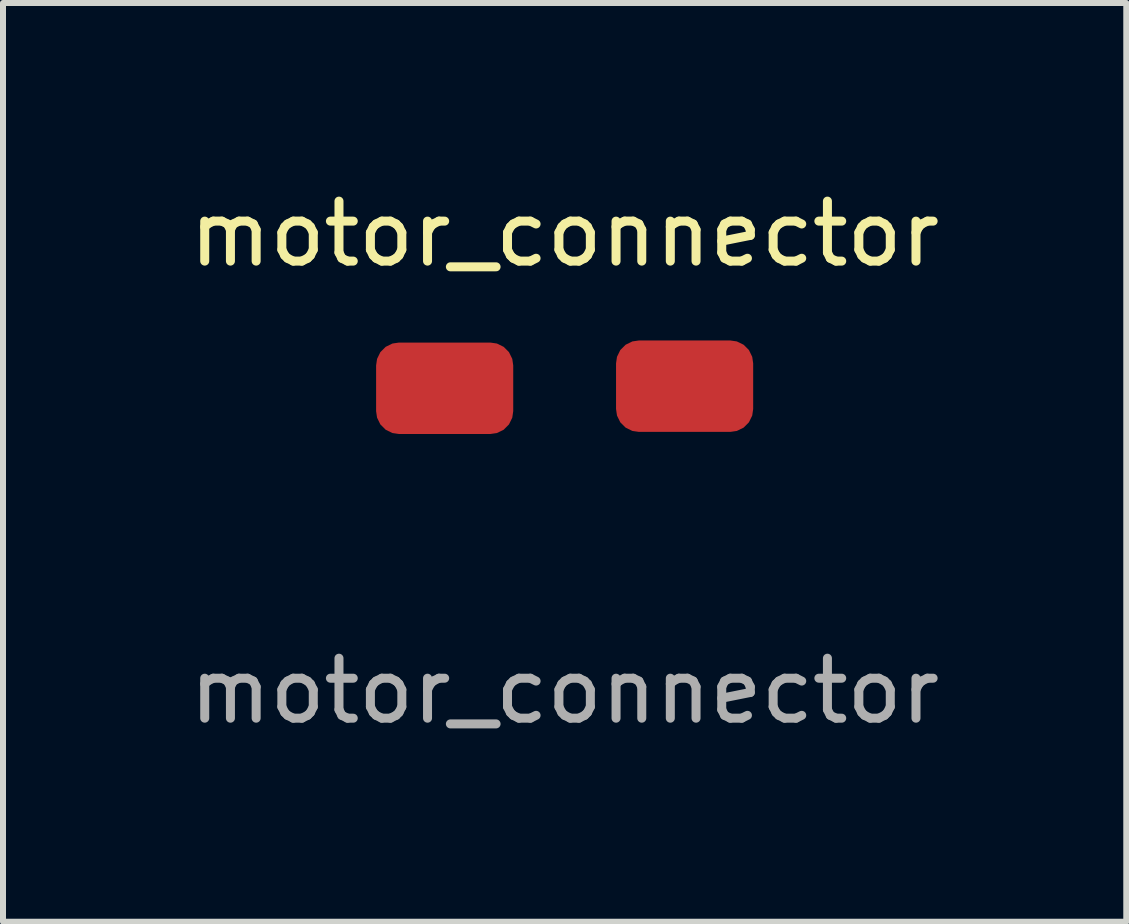
<source format=kicad_pcb>
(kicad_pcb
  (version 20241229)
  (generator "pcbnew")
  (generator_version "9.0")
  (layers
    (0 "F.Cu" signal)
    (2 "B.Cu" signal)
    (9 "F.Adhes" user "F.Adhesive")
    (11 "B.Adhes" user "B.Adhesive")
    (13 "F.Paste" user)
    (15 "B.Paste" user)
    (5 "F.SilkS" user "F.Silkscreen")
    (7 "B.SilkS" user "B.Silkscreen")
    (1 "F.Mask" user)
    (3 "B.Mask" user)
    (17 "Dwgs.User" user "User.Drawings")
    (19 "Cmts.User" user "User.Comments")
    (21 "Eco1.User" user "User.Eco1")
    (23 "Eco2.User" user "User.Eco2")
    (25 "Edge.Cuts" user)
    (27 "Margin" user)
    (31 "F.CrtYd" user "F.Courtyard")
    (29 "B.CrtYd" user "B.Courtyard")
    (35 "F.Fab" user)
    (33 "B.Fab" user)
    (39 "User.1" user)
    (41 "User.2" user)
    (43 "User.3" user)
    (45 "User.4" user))
  (footprint "motor_connector"
    (layer "F.Cu")
    (at 6.363 3.388)
    (property "Reference" "motor_connector" (at 0 -2.54 0) (unlocked yes) (layer "F.SilkS") (effects (font (size 1 1) (thickness 0.15))))
    (attr smd)
    (fp_text user "${REFERENCE}" (at 0 5.08 0) (unlocked yes) (layer "F.Fab") (effects (font (size 1 1) (thickness 0.15))))
    (pad "1" smd roundrect (at -2 0.035) (size 2.286 1.524) (layers "F.Cu" "F.Mask" "F.Paste") (roundrect_rratio 0.25))
    (pad "2" smd roundrect (at 2 0) (size 2.286 1.524) (layers "F.Cu" "F.Mask" "F.Paste") (roundrect_rratio 0.25)))
  (gr_rect
    (start -3 -3)
    (end 15.726 12.316)
    (stroke (width 0.1) (type default))
    (fill no)
    (layer "Edge.Cuts")))
</source>
